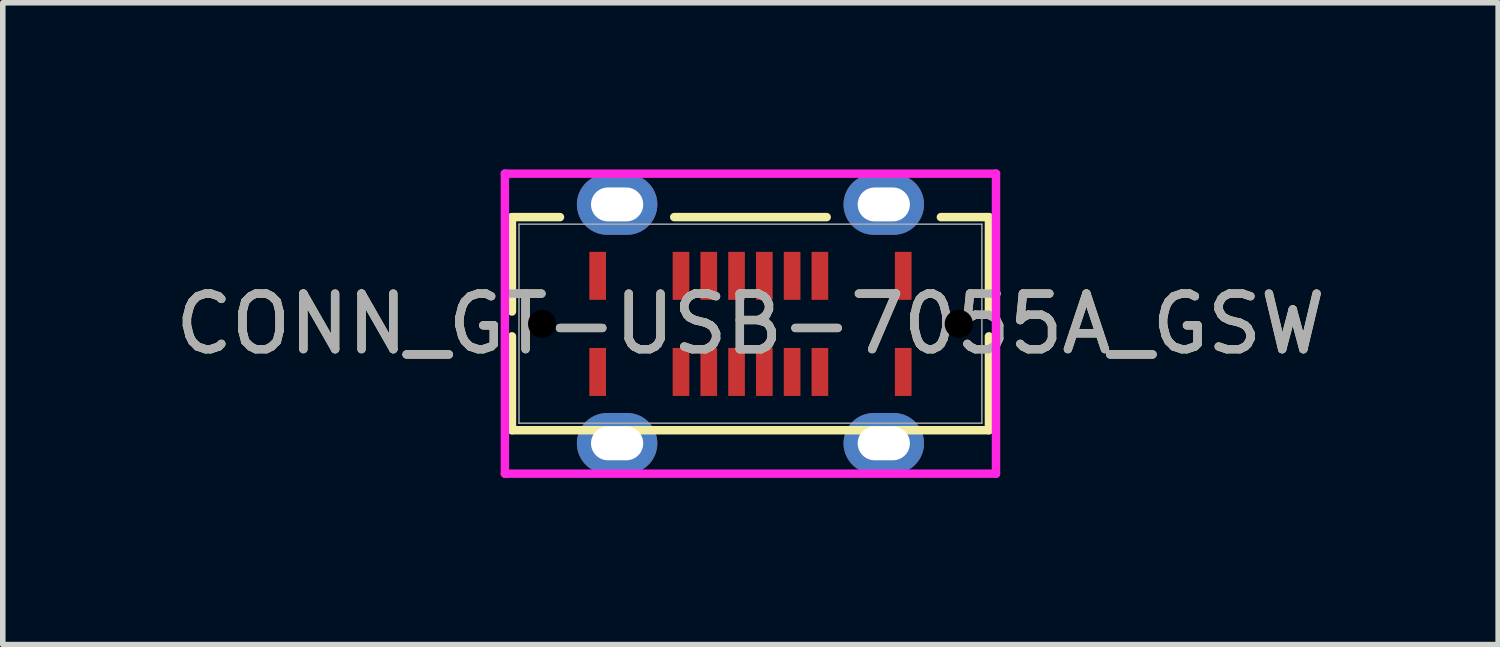
<source format=kicad_pcb>
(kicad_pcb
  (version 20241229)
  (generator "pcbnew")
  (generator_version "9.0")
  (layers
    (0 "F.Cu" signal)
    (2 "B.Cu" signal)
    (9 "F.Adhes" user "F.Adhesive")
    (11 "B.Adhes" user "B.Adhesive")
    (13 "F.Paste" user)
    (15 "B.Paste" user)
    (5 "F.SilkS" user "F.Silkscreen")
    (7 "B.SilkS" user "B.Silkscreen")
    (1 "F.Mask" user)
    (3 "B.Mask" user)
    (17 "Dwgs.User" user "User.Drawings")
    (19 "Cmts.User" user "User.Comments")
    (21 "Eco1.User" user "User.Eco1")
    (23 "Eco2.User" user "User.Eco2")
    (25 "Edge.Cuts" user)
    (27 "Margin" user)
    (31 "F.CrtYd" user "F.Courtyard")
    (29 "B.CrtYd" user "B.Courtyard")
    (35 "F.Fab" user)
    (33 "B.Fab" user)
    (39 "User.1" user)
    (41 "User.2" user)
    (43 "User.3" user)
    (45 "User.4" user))
  (footprint "CONN_GT-USB-7055A_GSW"
    (layer "F.Cu")
    (at 10.458 2.776)
    (property "Reference" "CONN_GT-USB-7055A_GSW" (at 0 0.004 0) (unlocked yes) (layer "F.SilkS") (effects (font (size 1 1) (thickness 0.15))))
    (attr smd)
    (fp_line (start -4.293 -1.918) (end -4.293 -0.219) (stroke (width 0.152) (type solid)) (layer "F.SilkS"))
    (fp_line (start -4.293 0.228) (end -4.293 1.918) (stroke (width 0.152) (type solid)) (layer "F.SilkS"))
    (fp_line (start -4.293 1.918) (end 4.293 1.918) (stroke (width 0.152) (type solid)) (layer "F.SilkS"))
    (fp_line (start -3.428 -1.918) (end -4.293 -1.918) (stroke (width 0.152) (type solid)) (layer "F.SilkS"))
    (fp_line (start 1.372 -1.918) (end -1.372 -1.918) (stroke (width 0.152) (type solid)) (layer "F.SilkS"))
    (fp_line (start 4.293 -1.918) (end 3.428 -1.918) (stroke (width 0.152) (type solid)) (layer "F.SilkS"))
    (fp_line (start 4.293 -0.219) (end 4.293 -1.918) (stroke (width 0.152) (type solid)) (layer "F.SilkS"))
    (fp_line (start 4.293 1.918) (end 4.293 0.228) (stroke (width 0.152) (type solid)) (layer "F.SilkS"))
    (fp_line (start -4.42 -2.7) (end -4.42 2.7) (stroke (width 0.152) (type solid)) (layer "F.CrtYd"))
    (fp_line (start -4.42 2.7) (end 4.42 2.7) (stroke (width 0.152) (type solid)) (layer "F.CrtYd"))
    (fp_line (start 4.42 -2.7) (end -4.42 -2.7) (stroke (width 0.152) (type solid)) (layer "F.CrtYd"))
    (fp_line (start 4.42 2.7) (end 4.42 -2.7) (stroke (width 0.152) (type solid)) (layer "F.CrtYd"))
    (fp_line (start -4.166 -1.791) (end -4.166 1.791) (stroke (width 0.025) (type solid)) (layer "F.Fab"))
    (fp_line (start -4.166 1.791) (end 4.166 1.791) (stroke (width 0.025) (type solid)) (layer "F.Fab"))
    (fp_line (start 4.166 -1.791) (end -4.166 -1.791) (stroke (width 0.025) (type solid)) (layer "F.Fab"))
    (fp_line (start 4.166 1.791) (end 4.166 -1.791) (stroke (width 0.025) (type solid)) (layer "F.Fab"))
    (fp_text user "${REFERENCE}" (at 0 0.004 0) (unlocked yes) (layer "F.Fab") (effects (font (size 1 1) (thickness 0.15))))
    (pad "" np_thru_hole circle (at -3.75 0.004) (size 0.508 0.508) (drill 0.508) (layers))
    (pad "" np_thru_hole circle (at 3.75 0.004) (size 0.508 0.508) (drill 0.508) (layers))
    (pad "A1" smd rect (at -2.75 -0.861) (size 0.3 0.864) (layers "F.Cu" "F.Mask" "F.Paste"))
    (pad "A4" smd rect (at -1.25 -0.861) (size 0.3 0.864) (layers "F.Cu" "F.Mask" "F.Paste"))
    (pad "A5" smd rect (at -0.75 -0.861) (size 0.3 0.864) (layers "F.Cu" "F.Mask" "F.Paste"))
    (pad "A6" smd rect (at -0.25 -0.861) (size 0.3 0.864) (layers "F.Cu" "F.Mask" "F.Paste"))
    (pad "A7" smd rect (at 0.25 -0.861) (size 0.3 0.864) (layers "F.Cu" "F.Mask" "F.Paste"))
    (pad "A8" smd rect (at 0.75 -0.861) (size 0.3 0.864) (layers "F.Cu" "F.Mask" "F.Paste"))
    (pad "A9" smd rect (at 1.25 -0.861) (size 0.3 0.864) (layers "F.Cu" "F.Mask" "F.Paste"))
    (pad "A12" smd rect (at 2.75 -0.861) (size 0.3 0.864) (layers "F.Cu" "F.Mask" "F.Paste"))
    (pad "B1" smd rect (at 2.75 0.869) (size 0.3 0.864) (layers "F.Cu" "F.Mask" "F.Paste"))
    (pad "B4" smd rect (at 1.25 0.869) (size 0.3 0.864) (layers "F.Cu" "F.Mask" "F.Paste"))
    (pad "B5" smd rect (at 0.75 0.869) (size 0.3 0.864) (layers "F.Cu" "F.Mask" "F.Paste"))
    (pad "B6" smd rect (at 0.25 0.869) (size 0.3 0.864) (layers "F.Cu" "F.Mask" "F.Paste"))
    (pad "B7" smd rect (at -0.25 0.869) (size 0.3 0.864) (layers "F.Cu" "F.Mask" "F.Paste"))
    (pad "B8" smd rect (at -0.75 0.869) (size 0.3 0.864) (layers "F.Cu" "F.Mask" "F.Paste"))
    (pad "B9" smd rect (at -1.25 0.869) (size 0.3 0.864) (layers "F.Cu" "F.Mask" "F.Paste"))
    (pad "B12" smd rect (at -2.75 0.869) (size 0.3 0.864) (layers "F.Cu" "F.Mask" "F.Paste"))
    (pad "S1" thru_hole oval (at -2.4 -2.146) (size 1.448 1.092) (drill oval 0.94 0.61) (layers "*.Cu" "*.Mask" "F.Paste"))
    (pad "S1" thru_hole oval (at -2.4 2.154) (size 1.448 1.092) (drill oval 0.94 0.61) (layers "*.Cu" "*.Mask" "F.Paste"))
    (pad "S1" thru_hole oval (at 2.4 -2.146) (size 1.448 1.092) (drill oval 0.94 0.61) (layers "*.Cu" "*.Mask" "F.Paste"))
    (pad "S1" thru_hole oval (at 2.4 2.154) (size 1.448 1.092) (drill oval 0.94 0.61) (layers "*.Cu" "*.Mask" "F.Paste")))
  (gr_rect
    (start -3 -3)
    (end 23.917 8.552)
    (stroke (width 0.1) (type default))
    (fill no)
    (layer "Edge.Cuts")))
</source>
